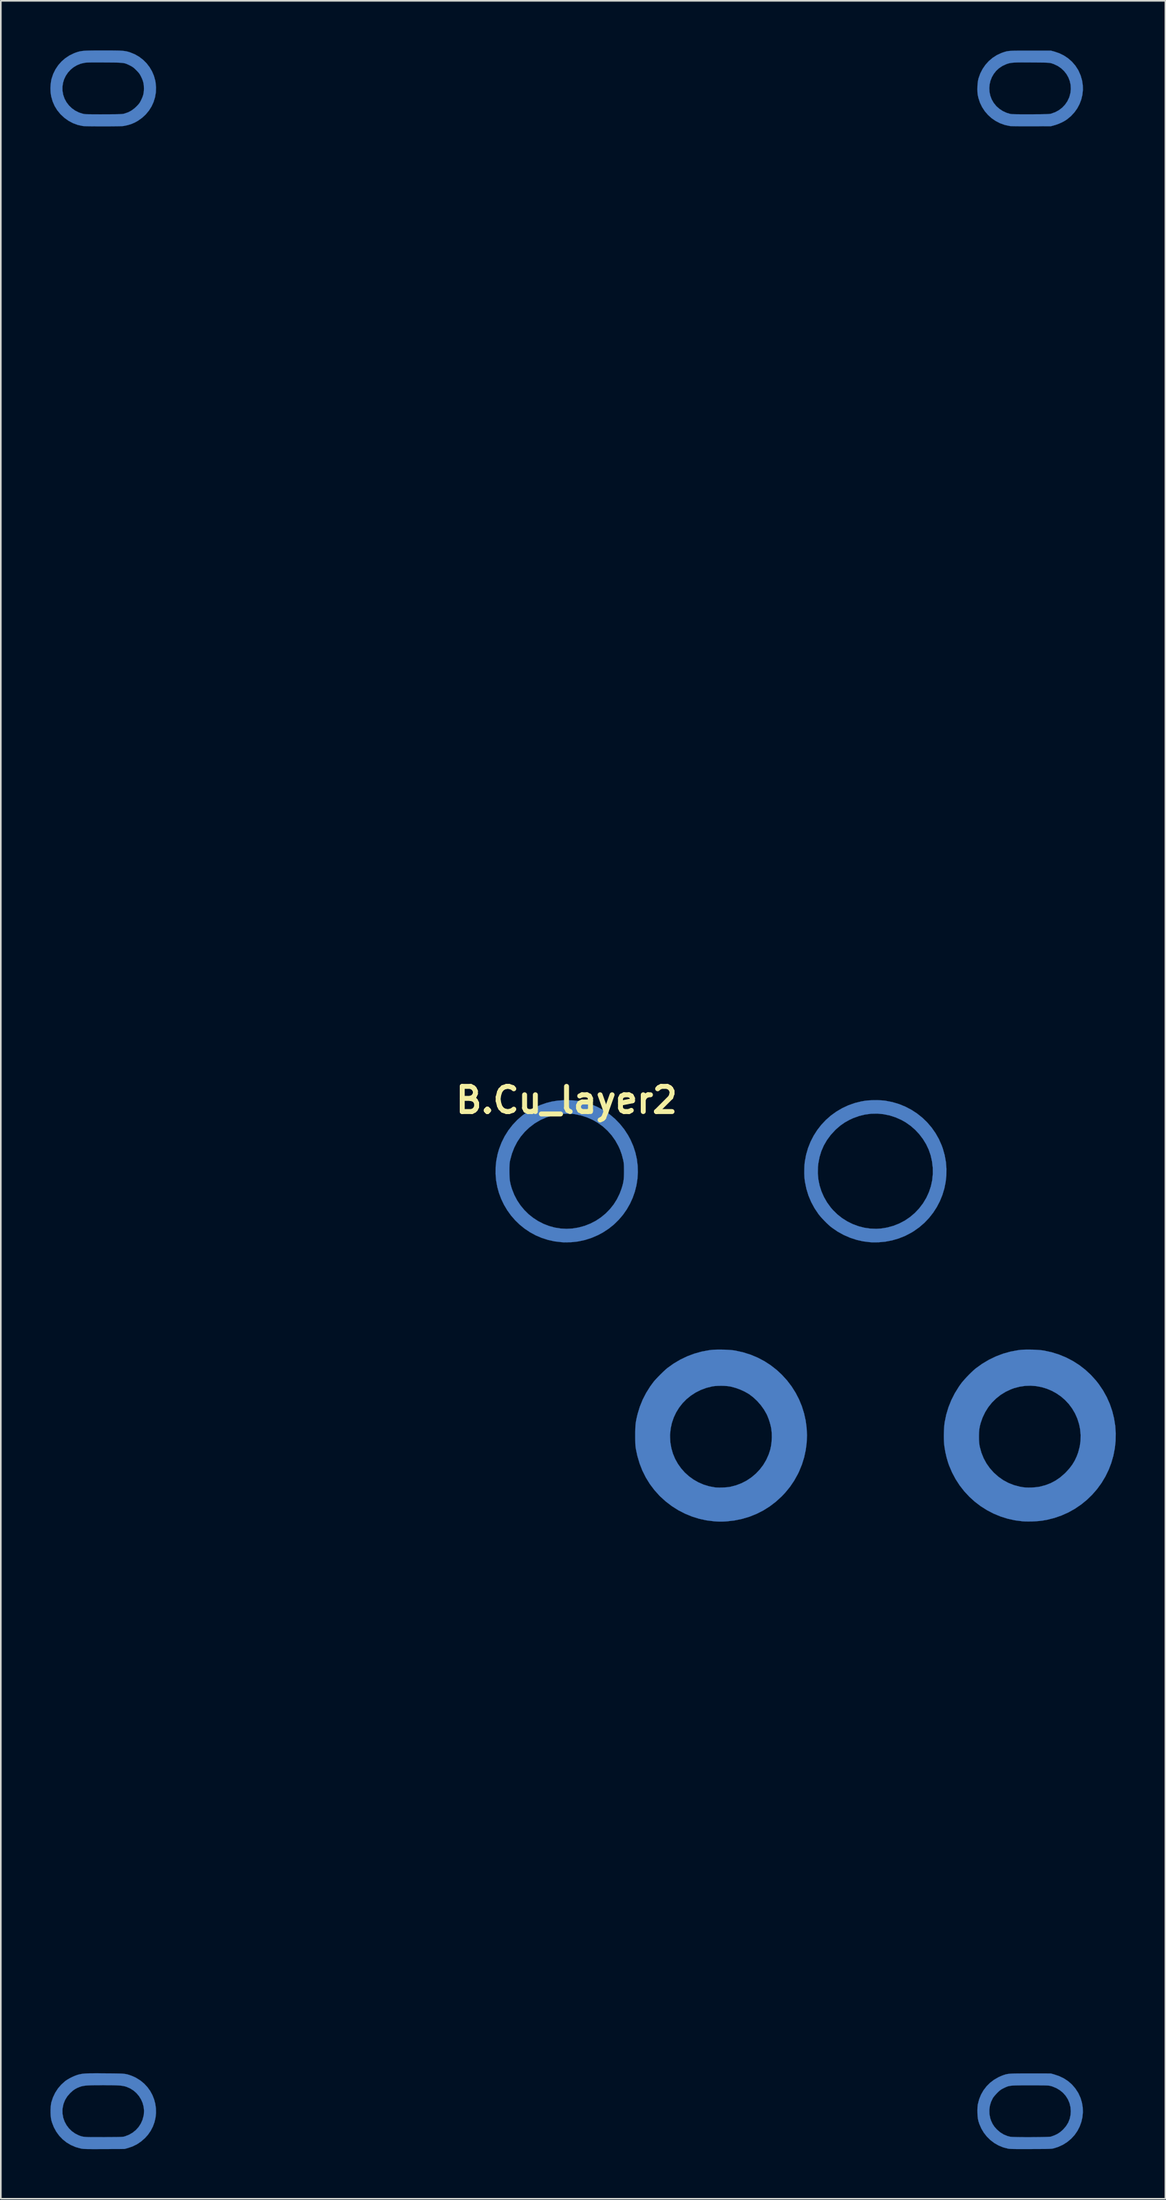
<source format=kicad_pcb>
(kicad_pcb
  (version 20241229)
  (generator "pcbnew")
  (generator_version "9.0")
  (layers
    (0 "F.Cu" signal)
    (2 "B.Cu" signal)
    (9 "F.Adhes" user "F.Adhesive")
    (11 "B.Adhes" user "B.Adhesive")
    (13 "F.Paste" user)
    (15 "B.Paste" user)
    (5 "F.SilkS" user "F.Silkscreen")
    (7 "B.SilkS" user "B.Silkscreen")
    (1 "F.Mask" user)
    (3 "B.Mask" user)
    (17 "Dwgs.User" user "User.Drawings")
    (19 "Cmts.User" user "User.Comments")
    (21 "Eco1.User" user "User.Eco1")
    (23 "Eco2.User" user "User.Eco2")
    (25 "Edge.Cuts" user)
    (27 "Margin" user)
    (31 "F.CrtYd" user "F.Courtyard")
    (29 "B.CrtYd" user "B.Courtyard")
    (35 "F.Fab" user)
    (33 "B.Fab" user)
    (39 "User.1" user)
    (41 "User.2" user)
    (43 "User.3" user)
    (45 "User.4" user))
  (footprint "B.Cu_layer2"
    (layer "F.Cu")
    (at 31.246 63.526)
    (property "Reference" "B.Cu_layer2" (at 0 0 0) (layer "F.SilkS") (effects (font (size 1.524 1.524) (thickness 0.3))))
    (attr through_hole)
    (fp_poly (pts (xy 18.846 0.002) (xy 19.041 0.009) (xy 19.213 0.022) (xy 19.301 0.033) (xy 19.72 0.115) (xy 20.123 0.234) (xy 20.508 0.391) (xy 20.874 0.582) (xy 21.219 0.806) (xy 21.539 1.061) (xy 21.834 1.346) (xy 22.101 1.658) (xy 22.338 1.996) (xy 22.543 2.358) (xy 22.713 2.743) (xy 22.779 2.926) (xy 22.893 3.332) (xy 22.966 3.74) (xy 22.999 4.149) (xy 22.994 4.556) (xy 22.95 4.958) (xy 22.87 5.353) (xy 22.753 5.738) (xy 22.602 6.11) (xy 22.416 6.467) (xy 22.197 6.806) (xy 21.947 7.125) (xy 21.665 7.421) (xy 21.353 7.691) (xy 21.012 7.932) (xy 20.881 8.012) (xy 20.509 8.207) (xy 20.119 8.364) (xy 19.715 8.482) (xy 19.301 8.562) (xy 18.88 8.601) (xy 18.455 8.599) (xy 18.373 8.594) (xy 17.962 8.543) (xy 17.557 8.452) (xy 17.161 8.322) (xy 16.778 8.155) (xy 16.412 7.953) (xy 16.07 7.717) (xy 15.981 7.647) (xy 15.87 7.552) (xy 15.744 7.433) (xy 15.612 7.3) (xy 15.483 7.164) (xy 15.366 7.033) (xy 15.271 6.918) (xy 15.255 6.896) (xy 15.014 6.538) (xy 14.81 6.161) (xy 14.645 5.768) (xy 14.52 5.359) (xy 14.434 4.936) (xy 14.416 4.805) (xy 14.403 4.663) (xy 14.396 4.491) (xy 14.395 4.425) (xy 15.211 4.425) (xy 15.245 4.796) (xy 15.319 5.16) (xy 15.431 5.515) (xy 15.582 5.857) (xy 15.768 6.183) (xy 15.991 6.49) (xy 16.13 6.652) (xy 16.396 6.913) (xy 16.688 7.142) (xy 17.001 7.339) (xy 17.331 7.502) (xy 17.676 7.629) (xy 18.032 7.72) (xy 18.394 7.772) (xy 18.759 7.785) (xy 19.046 7.767) (xy 19.428 7.704) (xy 19.797 7.602) (xy 20.148 7.462) (xy 20.482 7.286) (xy 20.793 7.075) (xy 21.082 6.83) (xy 21.345 6.553) (xy 21.579 6.246) (xy 21.592 6.226) (xy 21.788 5.898) (xy 21.944 5.555) (xy 22.061 5.2) (xy 22.139 4.835) (xy 22.175 4.463) (xy 22.172 4.086) (xy 22.127 3.706) (xy 22.043 3.334) (xy 21.926 2.994) (xy 21.771 2.667) (xy 21.58 2.355) (xy 21.358 2.062) (xy 21.107 1.793) (xy 20.83 1.552) (xy 20.531 1.341) (xy 20.277 1.198) (xy 19.919 1.039) (xy 19.555 0.922) (xy 19.186 0.847) (xy 18.815 0.812) (xy 18.443 0.82) (xy 18.072 0.869) (xy 17.705 0.959) (xy 17.342 1.091) (xy 17.134 1.187) (xy 16.846 1.347) (xy 16.581 1.532) (xy 16.329 1.748) (xy 16.254 1.82) (xy 15.989 2.11) (xy 15.763 2.417) (xy 15.575 2.742) (xy 15.426 3.083) (xy 15.316 3.442) (xy 15.244 3.819) (xy 15.219 4.052) (xy 15.211 4.425) (xy 14.395 4.425) (xy 14.394 4.303) (xy 14.398 4.112) (xy 14.406 3.931) (xy 14.42 3.772) (xy 14.426 3.721) (xy 14.504 3.303) (xy 14.62 2.902) (xy 14.772 2.518) (xy 14.959 2.153) (xy 15.177 1.811) (xy 15.425 1.491) (xy 15.702 1.197) (xy 16.006 0.93) (xy 16.334 0.693) (xy 16.684 0.487) (xy 17.055 0.313) (xy 17.445 0.175) (xy 17.851 0.074) (xy 18.096 0.033) (xy 18.255 0.016) (xy 18.441 0.006) (xy 18.642 0.001) (xy 18.846 0.002)) (stroke (width 0.01) (type solid)) (fill yes) (layer "B.Cu"))
    (fp_poly (pts (xy 0.402 0.014) (xy 0.771 0.058) (xy 1.124 0.134) (xy 1.472 0.244) (xy 1.823 0.389) (xy 1.916 0.433) (xy 2.281 0.634) (xy 2.623 0.869) (xy 2.941 1.138) (xy 3.231 1.437) (xy 3.494 1.766) (xy 3.726 2.123) (xy 3.873 2.397) (xy 4.041 2.78) (xy 4.168 3.171) (xy 4.257 3.567) (xy 4.306 3.966) (xy 4.318 4.364) (xy 4.293 4.759) (xy 4.233 5.149) (xy 4.137 5.532) (xy 4.007 5.904) (xy 3.844 6.262) (xy 3.648 6.606) (xy 3.421 6.931) (xy 3.163 7.235) (xy 2.875 7.517) (xy 2.558 7.772) (xy 2.213 7.999) (xy 1.916 8.16) (xy 1.52 8.331) (xy 1.115 8.461) (xy 0.7 8.549) (xy 0.279 8.596) (xy -0.15 8.602) (xy -0.296 8.594) (xy -0.713 8.545) (xy -1.113 8.458) (xy -1.497 8.336) (xy -1.863 8.18) (xy -2.208 7.993) (xy -2.533 7.776) (xy -2.834 7.533) (xy -3.112 7.264) (xy -3.364 6.972) (xy -3.589 6.659) (xy -3.786 6.328) (xy -3.953 5.979) (xy -4.089 5.617) (xy -4.192 5.242) (xy -4.261 4.856) (xy -4.295 4.463) (xy -4.294 4.297) (xy -3.459 4.297) (xy -3.457 4.505) (xy -3.449 4.682) (xy -3.435 4.838) (xy -3.411 4.983) (xy -3.378 5.128) (xy -3.333 5.284) (xy -3.3 5.387) (xy -3.162 5.735) (xy -2.991 6.062) (xy -2.788 6.366) (xy -2.556 6.646) (xy -2.299 6.9) (xy -2.017 7.125) (xy -1.716 7.32) (xy -1.396 7.484) (xy -1.062 7.614) (xy -0.715 7.709) (xy -0.358 7.767) (xy 0.005 7.786) (xy 0.355 7.767) (xy 0.734 7.705) (xy 1.099 7.605) (xy 1.447 7.468) (xy 1.776 7.298) (xy 2.083 7.094) (xy 2.367 6.861) (xy 2.625 6.598) (xy 2.854 6.31) (xy 3.052 5.996) (xy 3.217 5.66) (xy 3.322 5.38) (xy 3.374 5.214) (xy 3.414 5.067) (xy 3.442 4.929) (xy 3.462 4.79) (xy 3.473 4.638) (xy 3.479 4.463) (xy 3.48 4.297) (xy 3.479 4.135) (xy 3.477 4.007) (xy 3.473 3.904) (xy 3.465 3.818) (xy 3.455 3.74) (xy 3.44 3.661) (xy 3.433 3.627) (xy 3.346 3.292) (xy 3.234 2.981) (xy 3.144 2.783) (xy 2.956 2.444) (xy 2.735 2.132) (xy 2.485 1.85) (xy 2.208 1.597) (xy 1.906 1.377) (xy 1.579 1.189) (xy 1.231 1.037) (xy 0.864 0.92) (xy 0.497 0.844) (xy 0.382 0.831) (xy 0.236 0.823) (xy 0.074 0.819) (xy -0.093 0.819) (xy -0.253 0.825) (xy -0.392 0.834) (xy -0.476 0.844) (xy -0.863 0.926) (xy -1.232 1.045) (xy -1.581 1.2) (xy -1.908 1.393) (xy -1.948 1.42) (xy -2.256 1.656) (xy -2.532 1.919) (xy -2.776 2.209) (xy -2.986 2.524) (xy -3.162 2.864) (xy -3.303 3.226) (xy -3.409 3.611) (xy -3.412 3.627) (xy -3.429 3.707) (xy -3.441 3.783) (xy -3.449 3.863) (xy -3.455 3.956) (xy -3.458 4.07) (xy -3.459 4.214) (xy -3.459 4.297) (xy -4.294 4.297) (xy -4.292 4.063) (xy -4.25 3.66) (xy -4.169 3.254) (xy -4.082 2.953) (xy -3.931 2.558) (xy -3.744 2.183) (xy -3.522 1.83) (xy -3.268 1.501) (xy -2.983 1.199) (xy -2.67 0.925) (xy -2.33 0.681) (xy -1.965 0.47) (xy -1.578 0.293) (xy -1.566 0.289) (xy -1.228 0.171) (xy -0.889 0.085) (xy -0.54 0.029) (xy -0.171 0.003) (xy 0.011 0) (xy 0.402 0.014)) (stroke (width 0.01) (type solid)) (fill yes) (layer "B.Cu"))
    (fp_poly (pts (xy 28.078 -63.51) (xy 29.326 -63.51) (xy 29.538 -63.452) (xy 29.837 -63.35) (xy 30.115 -63.212) (xy 30.369 -63.042) (xy 30.597 -62.841) (xy 30.796 -62.612) (xy 30.963 -62.356) (xy 30.997 -62.293) (xy 31.122 -62.008) (xy 31.207 -61.717) (xy 31.252 -61.422) (xy 31.259 -61.128) (xy 31.228 -60.836) (xy 31.16 -60.552) (xy 31.056 -60.278) (xy 30.917 -60.017) (xy 30.743 -59.774) (xy 30.536 -59.551) (xy 30.296 -59.352) (xy 30.281 -59.341) (xy 30.132 -59.247) (xy 29.956 -59.156) (xy 29.767 -59.075) (xy 29.582 -59.01) (xy 29.533 -58.997) (xy 29.326 -58.94) (xy 28.141 -58.936) (xy 27.917 -58.936) (xy 27.702 -58.936) (xy 27.5 -58.937) (xy 27.317 -58.938) (xy 27.157 -58.94) (xy 27.022 -58.943) (xy 26.92 -58.945) (xy 26.852 -58.949) (xy 26.831 -58.951) (xy 26.529 -59.017) (xy 26.243 -59.12) (xy 25.977 -59.257) (xy 25.732 -59.426) (xy 25.513 -59.624) (xy 25.32 -59.849) (xy 25.158 -60.097) (xy 25.028 -60.366) (xy 24.934 -60.653) (xy 24.891 -60.859) (xy 24.876 -61.008) (xy 24.871 -61.181) (xy 24.873 -61.243) (xy 25.592 -61.243) (xy 25.605 -61.015) (xy 25.652 -60.789) (xy 25.734 -60.569) (xy 25.852 -60.36) (xy 26.007 -60.166) (xy 26.029 -60.143) (xy 26.208 -59.986) (xy 26.41 -59.854) (xy 26.626 -59.753) (xy 26.847 -59.686) (xy 26.928 -59.671) (xy 26.976 -59.667) (xy 27.061 -59.664) (xy 27.179 -59.661) (xy 27.325 -59.659) (xy 27.495 -59.657) (xy 27.684 -59.656) (xy 27.887 -59.656) (xy 28.1 -59.656) (xy 28.131 -59.657) (xy 28.377 -59.658) (xy 28.586 -59.659) (xy 28.76 -59.661) (xy 28.902 -59.664) (xy 29.018 -59.667) (xy 29.11 -59.67) (xy 29.183 -59.675) (xy 29.24 -59.68) (xy 29.285 -59.687) (xy 29.322 -59.694) (xy 29.332 -59.697) (xy 29.577 -59.783) (xy 29.803 -59.904) (xy 30.003 -60.056) (xy 30.177 -60.238) (xy 30.32 -60.445) (xy 30.429 -60.675) (xy 30.441 -60.707) (xy 30.506 -60.952) (xy 30.531 -61.196) (xy 30.518 -61.436) (xy 30.468 -61.668) (xy 30.383 -61.889) (xy 30.266 -62.095) (xy 30.117 -62.282) (xy 29.94 -62.447) (xy 29.735 -62.587) (xy 29.505 -62.697) (xy 29.376 -62.741) (xy 29.339 -62.752) (xy 29.303 -62.761) (xy 29.263 -62.768) (xy 29.216 -62.775) (xy 29.158 -62.779) (xy 29.084 -62.783) (xy 28.99 -62.787) (xy 28.873 -62.789) (xy 28.728 -62.791) (xy 28.552 -62.793) (xy 28.34 -62.795) (xy 28.173 -62.796) (xy 27.907 -62.798) (xy 27.68 -62.799) (xy 27.487 -62.799) (xy 27.324 -62.797) (xy 27.187 -62.793) (xy 27.072 -62.787) (xy 26.975 -62.779) (xy 26.892 -62.768) (xy 26.819 -62.754) (xy 26.752 -62.737) (xy 26.686 -62.717) (xy 26.617 -62.692) (xy 26.607 -62.688) (xy 26.379 -62.582) (xy 26.179 -62.447) (xy 26.006 -62.286) (xy 25.862 -62.104) (xy 25.748 -61.905) (xy 25.664 -61.692) (xy 25.612 -61.47) (xy 25.592 -61.243) (xy 24.873 -61.243) (xy 24.876 -61.365) (xy 24.891 -61.545) (xy 24.914 -61.71) (xy 24.943 -61.838) (xy 25.049 -62.132) (xy 25.19 -62.405) (xy 25.362 -62.655) (xy 25.564 -62.879) (xy 25.792 -63.073) (xy 26.044 -63.236) (xy 26.318 -63.364) (xy 26.416 -63.399) (xy 26.484 -63.422) (xy 26.545 -63.441) (xy 26.603 -63.458) (xy 26.661 -63.471) (xy 26.725 -63.482) (xy 26.796 -63.491) (xy 26.88 -63.497) (xy 26.98 -63.502) (xy 27.1 -63.506) (xy 27.244 -63.508) (xy 27.416 -63.51) (xy 27.619 -63.51) (xy 27.858 -63.51) (xy 28.078 -63.51)) (stroke (width 0.01) (type solid)) (fill yes) (layer "B.Cu"))
    (fp_poly (pts (xy 28.236 15.098) (xy 28.443 15.108) (xy 28.636 15.121) (xy 28.806 15.139) (xy 28.903 15.153) (xy 29.366 15.254) (xy 29.813 15.394) (xy 30.243 15.571) (xy 30.652 15.784) (xy 31.041 16.032) (xy 31.406 16.314) (xy 31.745 16.629) (xy 32.058 16.975) (xy 32.22 17.182) (xy 32.481 17.567) (xy 32.704 17.97) (xy 32.89 18.388) (xy 33.037 18.818) (xy 33.146 19.258) (xy 33.217 19.705) (xy 33.248 20.157) (xy 33.24 20.61) (xy 33.192 21.063) (xy 33.105 21.513) (xy 32.977 21.956) (xy 32.826 22.351) (xy 32.625 22.767) (xy 32.389 23.161) (xy 32.121 23.53) (xy 31.823 23.873) (xy 31.498 24.188) (xy 31.146 24.473) (xy 30.772 24.727) (xy 30.376 24.948) (xy 29.961 25.133) (xy 29.529 25.283) (xy 29.083 25.394) (xy 28.809 25.442) (xy 28.618 25.465) (xy 28.401 25.482) (xy 28.174 25.492) (xy 27.95 25.495) (xy 27.744 25.491) (xy 27.612 25.484) (xy 27.153 25.425) (xy 26.705 25.327) (xy 26.271 25.191) (xy 25.854 25.018) (xy 25.455 24.811) (xy 25.075 24.571) (xy 24.718 24.299) (xy 24.386 23.998) (xy 24.079 23.668) (xy 23.801 23.312) (xy 23.554 22.931) (xy 23.339 22.526) (xy 23.158 22.1) (xy 23.1 21.934) (xy 23.009 21.625) (xy 22.933 21.294) (xy 22.878 20.963) (xy 22.86 20.801) (xy 22.849 20.641) (xy 22.843 20.454) (xy 22.843 20.319) (xy 24.965 20.319) (xy 24.967 20.53) (xy 24.98 20.73) (xy 25.003 20.907) (xy 25.015 20.97) (xy 25.113 21.327) (xy 25.248 21.664) (xy 25.419 21.98) (xy 25.626 22.273) (xy 25.867 22.542) (xy 26.141 22.786) (xy 26.434 22.993) (xy 26.747 23.162) (xy 27.079 23.293) (xy 27.432 23.387) (xy 27.633 23.423) (xy 27.791 23.439) (xy 27.976 23.444) (xy 28.174 23.44) (xy 28.369 23.427) (xy 28.549 23.406) (xy 28.649 23.388) (xy 28.992 23.299) (xy 29.309 23.177) (xy 29.606 23.02) (xy 29.886 22.828) (xy 30.153 22.596) (xy 30.217 22.534) (xy 30.434 22.298) (xy 30.615 22.06) (xy 30.766 21.811) (xy 30.891 21.543) (xy 30.977 21.308) (xy 31.068 20.961) (xy 31.118 20.611) (xy 31.125 20.257) (xy 31.09 19.902) (xy 31.031 19.611) (xy 30.925 19.273) (xy 30.785 18.957) (xy 30.613 18.664) (xy 30.413 18.394) (xy 30.186 18.15) (xy 29.936 17.933) (xy 29.665 17.745) (xy 29.376 17.586) (xy 29.072 17.459) (xy 28.757 17.364) (xy 28.431 17.303) (xy 28.099 17.278) (xy 27.763 17.289) (xy 27.425 17.339) (xy 27.089 17.428) (xy 26.907 17.495) (xy 26.582 17.647) (xy 26.279 17.834) (xy 26.003 18.053) (xy 25.753 18.3) (xy 25.533 18.575) (xy 25.345 18.875) (xy 25.19 19.196) (xy 25.07 19.538) (xy 25.015 19.755) (xy 24.988 19.919) (xy 24.971 20.111) (xy 24.965 20.319) (xy 22.843 20.319) (xy 22.843 20.25) (xy 22.848 20.042) (xy 22.858 19.841) (xy 22.872 19.658) (xy 22.89 19.505) (xy 22.892 19.496) (xy 22.985 19.039) (xy 23.119 18.592) (xy 23.292 18.158) (xy 23.504 17.738) (xy 23.754 17.335) (xy 23.9 17.13) (xy 23.987 17.023) (xy 24.097 16.896) (xy 24.223 16.759) (xy 24.358 16.619) (xy 24.494 16.485) (xy 24.623 16.363) (xy 24.736 16.263) (xy 24.783 16.225) (xy 25.166 15.95) (xy 25.569 15.711) (xy 25.989 15.508) (xy 26.423 15.343) (xy 26.868 15.218) (xy 27.32 15.133) (xy 27.49 15.112) (xy 27.643 15.1) (xy 27.826 15.094) (xy 28.027 15.094) (xy 28.236 15.098)) (stroke (width 0.01) (type solid)) (fill yes) (layer "B.Cu"))
    (fp_poly (pts (xy 28.088 58.897) (xy 29.305 58.898) (xy 29.508 58.953) (xy 29.82 59.058) (xy 30.106 59.196) (xy 30.364 59.365) (xy 30.593 59.565) (xy 30.794 59.796) (xy 30.965 60.057) (xy 30.99 60.101) (xy 31.115 60.376) (xy 31.201 60.662) (xy 31.249 60.954) (xy 31.258 61.249) (xy 31.231 61.542) (xy 31.166 61.829) (xy 31.066 62.106) (xy 30.931 62.369) (xy 30.761 62.615) (xy 30.558 62.838) (xy 30.315 63.043) (xy 30.052 63.21) (xy 29.769 63.34) (xy 29.52 63.42) (xy 29.482 63.43) (xy 29.445 63.438) (xy 29.404 63.445) (xy 29.357 63.451) (xy 29.299 63.455) (xy 29.227 63.459) (xy 29.137 63.462) (xy 29.025 63.465) (xy 28.888 63.466) (xy 28.722 63.468) (xy 28.524 63.469) (xy 28.289 63.47) (xy 28.12 63.471) (xy 27.84 63.472) (xy 27.6 63.472) (xy 27.396 63.472) (xy 27.225 63.471) (xy 27.084 63.469) (xy 26.97 63.466) (xy 26.88 63.462) (xy 26.811 63.457) (xy 26.76 63.451) (xy 26.741 63.448) (xy 26.443 63.372) (xy 26.163 63.259) (xy 25.902 63.111) (xy 25.663 62.93) (xy 25.449 62.72) (xy 25.263 62.483) (xy 25.108 62.222) (xy 24.986 61.939) (xy 24.932 61.768) (xy 24.906 61.64) (xy 24.887 61.483) (xy 24.876 61.31) (xy 24.873 61.132) (xy 24.874 61.102) (xy 25.595 61.102) (xy 25.601 61.35) (xy 25.646 61.594) (xy 25.703 61.763) (xy 25.79 61.948) (xy 25.895 62.109) (xy 26.028 62.263) (xy 26.058 62.293) (xy 26.254 62.462) (xy 26.465 62.592) (xy 26.692 62.685) (xy 26.857 62.728) (xy 26.911 62.734) (xy 27.001 62.74) (xy 27.122 62.744) (xy 27.269 62.748) (xy 27.438 62.751) (xy 27.623 62.753) (xy 27.819 62.754) (xy 28.022 62.754) (xy 28.226 62.753) (xy 28.427 62.751) (xy 28.62 62.749) (xy 28.8 62.746) (xy 28.961 62.742) (xy 29.1 62.738) (xy 29.21 62.732) (xy 29.288 62.726) (xy 29.326 62.72) (xy 29.531 62.647) (xy 29.705 62.565) (xy 29.86 62.466) (xy 30.008 62.343) (xy 30.079 62.274) (xy 30.246 62.078) (xy 30.375 61.867) (xy 30.464 61.64) (xy 30.515 61.396) (xy 30.528 61.182) (xy 30.508 60.93) (xy 30.45 60.69) (xy 30.355 60.466) (xy 30.226 60.26) (xy 30.066 60.076) (xy 29.876 59.918) (xy 29.66 59.787) (xy 29.42 59.687) (xy 29.343 59.664) (xy 29.306 59.653) (xy 29.269 59.645) (xy 29.229 59.638) (xy 29.183 59.632) (xy 29.126 59.627) (xy 29.055 59.624) (xy 28.965 59.621) (xy 28.853 59.619) (xy 28.714 59.618) (xy 28.546 59.617) (xy 28.343 59.617) (xy 28.103 59.617) (xy 28.067 59.617) (xy 27.806 59.617) (xy 27.583 59.617) (xy 27.394 59.618) (xy 27.236 59.621) (xy 27.103 59.625) (xy 26.993 59.631) (xy 26.9 59.64) (xy 26.821 59.652) (xy 26.753 59.667) (xy 26.69 59.686) (xy 26.628 59.71) (xy 26.565 59.738) (xy 26.495 59.771) (xy 26.46 59.788) (xy 26.366 59.836) (xy 26.29 59.883) (xy 26.219 59.936) (xy 26.142 60.006) (xy 26.069 60.078) (xy 25.987 60.165) (xy 25.909 60.254) (xy 25.845 60.335) (xy 25.805 60.394) (xy 25.698 60.618) (xy 25.627 60.856) (xy 25.595 61.102) (xy 24.874 61.102) (xy 24.879 60.962) (xy 24.893 60.813) (xy 24.901 60.763) (xy 24.979 60.462) (xy 25.093 60.179) (xy 25.243 59.917) (xy 25.426 59.678) (xy 25.64 59.464) (xy 25.882 59.279) (xy 26.152 59.124) (xy 26.324 59.048) (xy 26.401 59.017) (xy 26.471 58.992) (xy 26.537 58.97) (xy 26.605 58.951) (xy 26.676 58.936) (xy 26.757 58.924) (xy 26.849 58.915) (xy 26.958 58.908) (xy 27.087 58.903) (xy 27.24 58.9) (xy 27.42 58.898) (xy 27.633 58.897) (xy 27.88 58.897) (xy 28.088 58.897)) (stroke (width 0.01) (type solid)) (fill yes) (layer "B.Cu"))
    (fp_poly (pts (xy -28.347 58.889) (xy -28.097 58.89) (xy -27.908 58.892) (xy -27.655 58.894) (xy -27.439 58.896) (xy -27.258 58.899) (xy -27.106 58.902) (xy -26.979 58.906) (xy -26.874 58.912) (xy -26.786 58.92) (xy -26.71 58.93) (xy -26.642 58.942) (xy -26.579 58.957) (xy -26.516 58.975) (xy -26.448 58.997) (xy -26.376 59.022) (xy -26.277 59.06) (xy -26.166 59.109) (xy -26.064 59.159) (xy -26.059 59.162) (xy -25.801 59.323) (xy -25.572 59.511) (xy -25.374 59.723) (xy -25.207 59.954) (xy -25.072 60.202) (xy -24.968 60.463) (xy -24.896 60.734) (xy -24.858 61.011) (xy -24.852 61.291) (xy -24.881 61.57) (xy -24.944 61.845) (xy -25.042 62.113) (xy -25.175 62.369) (xy -25.344 62.612) (xy -25.521 62.808) (xy -25.759 63.016) (xy -26.012 63.186) (xy -26.286 63.319) (xy -26.558 63.41) (xy -26.765 63.467) (xy -27.993 63.472) (xy -28.254 63.473) (xy -28.477 63.474) (xy -28.665 63.474) (xy -28.821 63.473) (xy -28.951 63.472) (xy -29.057 63.47) (xy -29.142 63.467) (xy -29.212 63.464) (xy -29.27 63.459) (xy -29.318 63.453) (xy -29.362 63.446) (xy -29.405 63.438) (xy -29.411 63.436) (xy -29.717 63.351) (xy -30.001 63.229) (xy -30.262 63.074) (xy -30.498 62.886) (xy -30.707 62.669) (xy -30.887 62.424) (xy -31.035 62.153) (xy -31.149 61.858) (xy -31.184 61.738) (xy -31.209 61.607) (xy -31.226 61.446) (xy -31.234 61.268) (xy -31.233 61.098) (xy -30.516 61.098) (xy -30.511 61.343) (xy -30.467 61.582) (xy -30.386 61.811) (xy -30.271 62.025) (xy -30.125 62.219) (xy -29.95 62.391) (xy -29.749 62.534) (xy -29.55 62.634) (xy -29.487 62.66) (xy -29.429 62.682) (xy -29.372 62.7) (xy -29.312 62.715) (xy -29.244 62.727) (xy -29.165 62.736) (xy -29.071 62.743) (xy -28.958 62.748) (xy -28.822 62.751) (xy -28.659 62.753) (xy -28.466 62.753) (xy -28.238 62.752) (xy -27.993 62.751) (xy -27.742 62.75) (xy -27.53 62.748) (xy -27.353 62.747) (xy -27.207 62.745) (xy -27.088 62.742) (xy -26.993 62.739) (xy -26.919 62.735) (xy -26.86 62.73) (xy -26.815 62.724) (xy -26.778 62.717) (xy -26.747 62.709) (xy -26.498 62.614) (xy -26.274 62.486) (xy -26.076 62.328) (xy -25.907 62.143) (xy -25.77 61.933) (xy -25.667 61.7) (xy -25.6 61.448) (xy -25.59 61.394) (xy -25.575 61.155) (xy -25.599 60.918) (xy -25.659 60.689) (xy -25.754 60.471) (xy -25.88 60.268) (xy -26.035 60.086) (xy -26.215 59.928) (xy -26.418 59.8) (xy -26.642 59.704) (xy -26.661 59.698) (xy -26.735 59.677) (xy -26.812 59.659) (xy -26.897 59.644) (xy -26.994 59.632) (xy -27.108 59.623) (xy -27.243 59.616) (xy -27.403 59.611) (xy -27.593 59.608) (xy -27.816 59.607) (xy -28.046 59.606) (xy -28.305 59.607) (xy -28.525 59.608) (xy -28.712 59.611) (xy -28.869 59.616) (xy -29.001 59.623) (xy -29.113 59.632) (xy -29.207 59.644) (xy -29.289 59.659) (xy -29.363 59.676) (xy -29.433 59.698) (xy -29.458 59.707) (xy -29.621 59.772) (xy -29.762 59.849) (xy -29.895 59.944) (xy -30.031 60.067) (xy -30.057 60.092) (xy -30.227 60.289) (xy -30.358 60.504) (xy -30.451 60.735) (xy -30.504 60.984) (xy -30.516 61.098) (xy -31.233 61.098) (xy -31.233 61.084) (xy -31.224 60.907) (xy -31.206 60.749) (xy -31.185 60.64) (xy -31.088 60.345) (xy -30.955 60.067) (xy -30.787 59.808) (xy -30.587 59.574) (xy -30.358 59.369) (xy -30.333 59.349) (xy -30.216 59.27) (xy -30.072 59.187) (xy -29.916 59.108) (xy -29.76 59.04) (xy -29.617 58.988) (xy -29.559 58.971) (xy -29.481 58.952) (xy -29.405 58.936) (xy -29.326 58.922) (xy -29.239 58.912) (xy -29.142 58.903) (xy -29.029 58.897) (xy -28.898 58.892) (xy -28.743 58.89) (xy -28.56 58.889) (xy -28.347 58.889)) (stroke (width 0.01) (type solid)) (fill yes) (layer "B.Cu"))
    (fp_poly (pts (xy 9.553 15.098) (xy 9.759 15.108) (xy 9.951 15.121) (xy 10.118 15.139) (xy 10.213 15.153) (xy 10.682 15.257) (xy 11.133 15.398) (xy 11.563 15.577) (xy 11.973 15.792) (xy 12.362 16.044) (xy 12.729 16.331) (xy 13.035 16.616) (xy 13.349 16.96) (xy 13.627 17.325) (xy 13.87 17.71) (xy 14.077 18.111) (xy 14.247 18.526) (xy 14.38 18.953) (xy 14.477 19.388) (xy 14.535 19.83) (xy 14.556 20.276) (xy 14.538 20.723) (xy 14.481 21.17) (xy 14.386 21.612) (xy 14.25 22.049) (xy 14.074 22.477) (xy 14.003 22.624) (xy 13.78 23.025) (xy 13.526 23.4) (xy 13.237 23.752) (xy 13.029 23.972) (xy 12.68 24.292) (xy 12.309 24.576) (xy 11.918 24.823) (xy 11.508 25.032) (xy 11.08 25.204) (xy 10.634 25.337) (xy 10.173 25.432) (xy 9.728 25.484) (xy 9.559 25.496) (xy 9.41 25.501) (xy 9.264 25.501) (xy 9.107 25.495) (xy 8.924 25.482) (xy 8.472 25.426) (xy 8.027 25.33) (xy 7.592 25.194) (xy 7.169 25.02) (xy 6.762 24.81) (xy 6.374 24.564) (xy 6.007 24.284) (xy 5.664 23.972) (xy 5.636 23.944) (xy 5.323 23.597) (xy 5.044 23.227) (xy 4.801 22.834) (xy 4.594 22.419) (xy 4.423 21.983) (xy 4.289 21.527) (xy 4.209 21.153) (xy 4.194 21.065) (xy 4.182 20.984) (xy 4.173 20.902) (xy 4.167 20.813) (xy 4.163 20.709) (xy 4.161 20.582) (xy 4.16 20.425) (xy 4.16 20.362) (xy 6.266 20.362) (xy 6.286 20.718) (xy 6.346 21.062) (xy 6.442 21.393) (xy 6.574 21.708) (xy 6.739 22.004) (xy 6.935 22.28) (xy 7.159 22.533) (xy 7.41 22.76) (xy 7.686 22.96) (xy 7.984 23.129) (xy 8.302 23.266) (xy 8.639 23.368) (xy 8.988 23.432) (xy 9.104 23.441) (xy 9.248 23.444) (xy 9.409 23.442) (xy 9.573 23.435) (xy 9.727 23.423) (xy 9.858 23.408) (xy 9.906 23.399) (xy 10.255 23.31) (xy 10.588 23.184) (xy 10.901 23.023) (xy 11.192 22.828) (xy 11.46 22.603) (xy 11.7 22.35) (xy 11.912 22.071) (xy 12.091 21.768) (xy 12.237 21.444) (xy 12.328 21.167) (xy 12.38 20.931) (xy 12.414 20.67) (xy 12.428 20.4) (xy 12.423 20.134) (xy 12.397 19.886) (xy 12.393 19.864) (xy 12.356 19.688) (xy 12.303 19.494) (xy 12.238 19.297) (xy 12.166 19.114) (xy 12.111 18.994) (xy 11.954 18.721) (xy 11.765 18.458) (xy 11.55 18.212) (xy 11.316 17.991) (xy 11.071 17.803) (xy 10.992 17.752) (xy 10.759 17.623) (xy 10.5 17.506) (xy 10.231 17.41) (xy 9.966 17.339) (xy 9.885 17.322) (xy 9.737 17.302) (xy 9.561 17.289) (xy 9.372 17.284) (xy 9.182 17.287) (xy 9.004 17.297) (xy 8.851 17.316) (xy 8.816 17.322) (xy 8.462 17.41) (xy 8.128 17.534) (xy 7.815 17.691) (xy 7.525 17.88) (xy 7.259 18.097) (xy 7.021 18.34) (xy 6.812 18.608) (xy 6.634 18.897) (xy 6.489 19.206) (xy 6.378 19.532) (xy 6.304 19.873) (xy 6.268 20.226) (xy 6.266 20.362) (xy 4.16 20.362) (xy 4.16 20.299) (xy 4.16 20.082) (xy 4.164 19.899) (xy 4.171 19.741) (xy 4.183 19.598) (xy 4.201 19.463) (xy 4.226 19.326) (xy 4.258 19.179) (xy 4.298 19.012) (xy 4.307 18.976) (xy 4.439 18.545) (xy 4.61 18.124) (xy 4.82 17.715) (xy 5.066 17.323) (xy 5.267 17.05) (xy 5.337 16.966) (xy 5.432 16.862) (xy 5.544 16.744) (xy 5.665 16.621) (xy 5.789 16.498) (xy 5.908 16.385) (xy 6.015 16.288) (xy 6.101 16.214) (xy 6.109 16.208) (xy 6.484 15.939) (xy 6.882 15.704) (xy 7.298 15.504) (xy 7.73 15.341) (xy 8.172 15.217) (xy 8.622 15.133) (xy 8.802 15.111) (xy 8.958 15.1) (xy 9.142 15.094) (xy 9.344 15.094) (xy 9.553 15.098)) (stroke (width 0.01) (type solid)) (fill yes) (layer "B.Cu"))
    (fp_poly (pts (xy -27.775 -63.521) (xy -27.545 -63.52) (xy -27.349 -63.518) (xy -27.183 -63.515) (xy -27.043 -63.511) (xy -26.925 -63.504) (xy -26.824 -63.496) (xy -26.736 -63.485) (xy -26.658 -63.471) (xy -26.585 -63.455) (xy -26.512 -63.435) (xy -26.437 -63.411) (xy -26.416 -63.404) (xy -26.135 -63.29) (xy -25.874 -63.14) (xy -25.637 -62.958) (xy -25.425 -62.748) (xy -25.243 -62.512) (xy -25.092 -62.254) (xy -24.975 -61.978) (xy -24.895 -61.686) (xy -24.881 -61.606) (xy -24.851 -61.294) (xy -24.861 -60.988) (xy -24.911 -60.692) (xy -24.998 -60.407) (xy -25.121 -60.137) (xy -25.279 -59.886) (xy -25.47 -59.655) (xy -25.692 -59.449) (xy -25.944 -59.269) (xy -26.131 -59.164) (xy -26.336 -59.076) (xy -26.562 -59.005) (xy -26.791 -58.956) (xy -26.827 -58.951) (xy -26.883 -58.946) (xy -26.977 -58.942) (xy -27.102 -58.939) (xy -27.253 -58.936) (xy -27.426 -58.934) (xy -27.616 -58.932) (xy -27.817 -58.931) (xy -28.023 -58.931) (xy -28.231 -58.931) (xy -28.434 -58.932) (xy -28.627 -58.933) (xy -28.806 -58.935) (xy -28.965 -58.938) (xy -29.098 -58.941) (xy -29.202 -58.945) (xy -29.27 -58.95) (xy -29.284 -58.951) (xy -29.582 -59.015) (xy -29.867 -59.119) (xy -30.137 -59.261) (xy -30.39 -59.44) (xy -30.622 -59.655) (xy -30.639 -59.673) (xy -30.832 -59.908) (xy -30.988 -60.162) (xy -31.108 -60.437) (xy -31.193 -60.736) (xy -31.201 -60.771) (xy -31.231 -60.984) (xy -31.241 -61.218) (xy -31.236 -61.32) (xy -30.517 -61.32) (xy -30.513 -61.078) (xy -30.471 -60.84) (xy -30.389 -60.605) (xy -30.271 -60.387) (xy -30.12 -60.191) (xy -29.942 -60.02) (xy -29.739 -59.877) (xy -29.515 -59.766) (xy -29.274 -59.69) (xy -29.158 -59.668) (xy -29.116 -59.665) (xy -29.036 -59.662) (xy -28.923 -59.66) (xy -28.781 -59.658) (xy -28.615 -59.656) (xy -28.43 -59.656) (xy -28.229 -59.655) (xy -28.018 -59.656) (xy -27.982 -59.656) (xy -27.741 -59.657) (xy -27.538 -59.658) (xy -27.37 -59.66) (xy -27.232 -59.661) (xy -27.12 -59.664) (xy -27.03 -59.667) (xy -26.959 -59.671) (xy -26.902 -59.676) (xy -26.856 -59.682) (xy -26.815 -59.689) (xy -26.777 -59.699) (xy -26.747 -59.707) (xy -26.534 -59.781) (xy -26.343 -59.882) (xy -26.162 -60.015) (xy -26.044 -60.124) (xy -25.955 -60.215) (xy -25.888 -60.291) (xy -25.836 -60.363) (xy -25.789 -60.445) (xy -25.753 -60.516) (xy -25.68 -60.676) (xy -25.63 -60.817) (xy -25.599 -60.955) (xy -25.585 -61.104) (xy -25.582 -61.225) (xy -25.588 -61.39) (xy -25.607 -61.534) (xy -25.642 -61.672) (xy -25.698 -61.817) (xy -25.753 -61.934) (xy -25.803 -62.03) (xy -25.851 -62.109) (xy -25.908 -62.182) (xy -25.981 -62.263) (xy -26.044 -62.327) (xy -26.136 -62.417) (xy -26.213 -62.483) (xy -26.287 -62.536) (xy -26.37 -62.584) (xy -26.437 -62.618) (xy -26.512 -62.655) (xy -26.577 -62.685) (xy -26.638 -62.711) (xy -26.698 -62.732) (xy -26.761 -62.749) (xy -26.832 -62.763) (xy -26.916 -62.773) (xy -27.015 -62.78) (xy -27.135 -62.786) (xy -27.28 -62.79) (xy -27.454 -62.792) (xy -27.662 -62.794) (xy -27.906 -62.796) (xy -27.94 -62.796) (xy -28.23 -62.798) (xy -28.48 -62.799) (xy -28.689 -62.798) (xy -28.861 -62.795) (xy -28.995 -62.792) (xy -29.094 -62.786) (xy -29.155 -62.78) (xy -29.401 -62.725) (xy -29.629 -62.634) (xy -29.837 -62.512) (xy -30.022 -62.362) (xy -30.181 -62.187) (xy -30.313 -61.992) (xy -30.415 -61.78) (xy -30.483 -61.555) (xy -30.517 -61.32) (xy -31.236 -61.32) (xy -31.23 -61.457) (xy -31.2 -61.684) (xy -31.172 -61.811) (xy -31.074 -62.103) (xy -30.939 -62.376) (xy -30.771 -62.627) (xy -30.571 -62.854) (xy -30.343 -63.052) (xy -30.09 -63.219) (xy -29.813 -63.353) (xy -29.727 -63.386) (xy -29.646 -63.414) (xy -29.571 -63.438) (xy -29.496 -63.458) (xy -29.419 -63.474) (xy -29.334 -63.488) (xy -29.238 -63.498) (xy -29.126 -63.506) (xy -28.995 -63.512) (xy -28.84 -63.516) (xy -28.657 -63.519) (xy -28.443 -63.52) (xy -28.192 -63.521) (xy -28.043 -63.521) (xy -27.775 -63.521)) (stroke (width 0.01) (type solid)) (fill yes) (layer "B.Cu")))
  (gr_rect
    (start -3 -3)
    (end 67.499 130.005)
    (stroke (width 0.1) (type default))
    (fill no)
    (layer "Edge.Cuts")))
</source>
